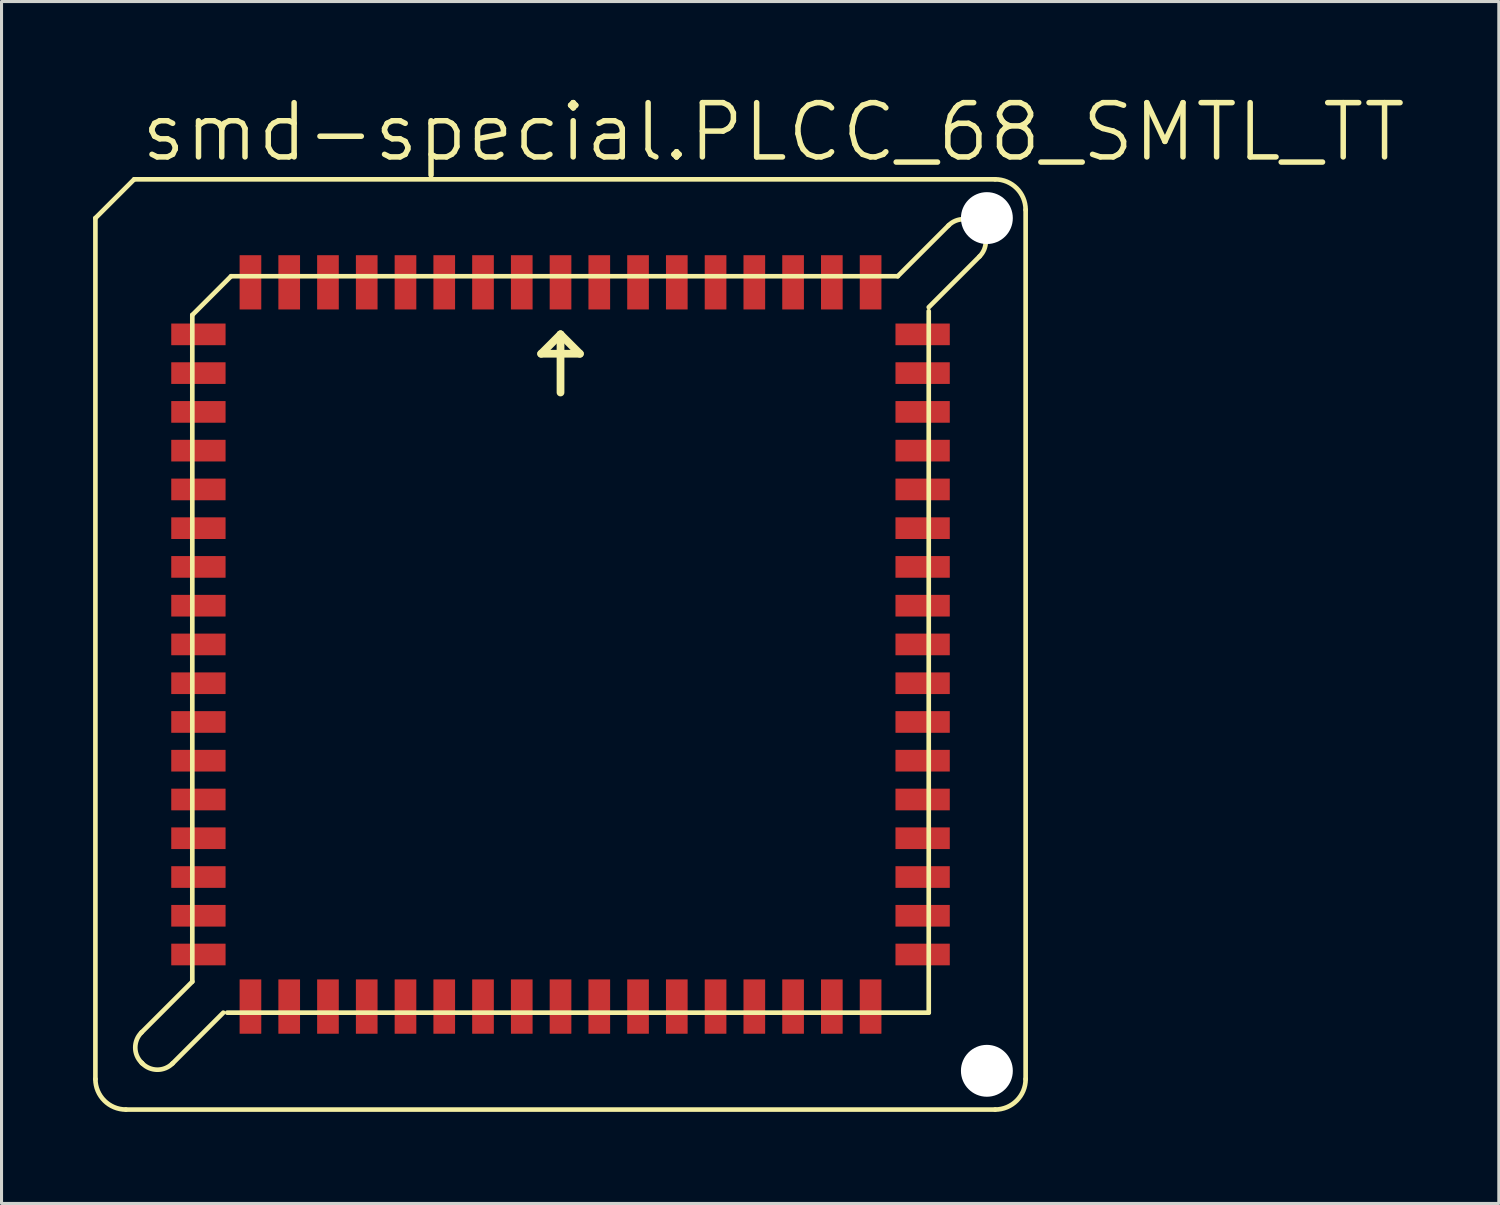
<source format=kicad_pcb>
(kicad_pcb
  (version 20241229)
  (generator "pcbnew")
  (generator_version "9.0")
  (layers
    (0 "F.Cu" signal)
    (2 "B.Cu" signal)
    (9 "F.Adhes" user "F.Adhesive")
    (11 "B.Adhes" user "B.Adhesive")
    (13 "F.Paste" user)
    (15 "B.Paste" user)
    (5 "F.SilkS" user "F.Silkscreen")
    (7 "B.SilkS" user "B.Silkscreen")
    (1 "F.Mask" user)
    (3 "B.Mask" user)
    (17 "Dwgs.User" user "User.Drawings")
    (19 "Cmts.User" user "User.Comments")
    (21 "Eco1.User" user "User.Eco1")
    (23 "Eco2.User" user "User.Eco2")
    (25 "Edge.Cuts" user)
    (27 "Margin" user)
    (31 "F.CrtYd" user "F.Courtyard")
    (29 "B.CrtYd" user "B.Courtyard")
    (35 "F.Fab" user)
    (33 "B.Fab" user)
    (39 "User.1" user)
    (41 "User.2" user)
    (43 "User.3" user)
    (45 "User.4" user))
  (footprint "smd-special.PLCC_68_SMTL_TT"
    (layer "F.Cu")
    (at 15.316 18.066)
    (property "Reference" "smd-special.PLCC_68_SMTL_TT" (at -13.843 -15.748 0) (layer "F.SilkS") (effects (font (size 1.778 1.778) (thickness 0.18)) (justify left bottom)))
    (attr smd)
    (fp_line (start -15.24 14.24) (end -15.24 -13.97) (stroke (width 0.152) (type default)) (layer "F.SilkS"))
    (fp_line (start -14.24 15.24) (end 14.24 15.24) (stroke (width 0.152) (type default)) (layer "F.SilkS"))
    (fp_line (start -13.97 -15.24) (end -15.24 -13.97) (stroke (width 0.152) (type default)) (layer "F.SilkS"))
    (fp_line (start -13.729 12.713) (end -12.065 11.049) (stroke (width 0.152) (type default)) (layer "F.SilkS"))
    (fp_line (start -13.703 13.729) (end -13.729 13.703) (stroke (width 0.152) (type default)) (layer "F.SilkS"))
    (fp_line (start -12.065 -10.795) (end -10.795 -12.065) (stroke (width 0.152) (type default)) (layer "F.SilkS"))
    (fp_line (start -12.065 11.049) (end -12.065 -10.795) (stroke (width 0.152) (type default)) (layer "F.SilkS"))
    (fp_line (start -11.049 12.065) (end -12.713 13.729) (stroke (width 0.152) (type default)) (layer "F.SilkS"))
    (fp_line (start -10.922 12.065) (end 12.065 12.065) (stroke (width 0.152) (type default)) (layer "F.SilkS"))
    (fp_line (start -0.635 -9.525) (end 0 -10.16) (stroke (width 0.254) (type default)) (layer "F.SilkS"))
    (fp_line (start 0 -10.16) (end 0 -8.255) (stroke (width 0.254) (type default)) (layer "F.SilkS"))
    (fp_line (start 0 -10.16) (end 0.635 -9.525) (stroke (width 0.254) (type default)) (layer "F.SilkS"))
    (fp_line (start 0.635 -9.525) (end -0.635 -9.525) (stroke (width 0.254) (type default)) (layer "F.SilkS"))
    (fp_line (start 11.049 -12.065) (end -10.795 -12.065) (stroke (width 0.152) (type default)) (layer "F.SilkS"))
    (fp_line (start 12.065 -11.049) (end 13.729 -12.713) (stroke (width 0.152) (type default)) (layer "F.SilkS"))
    (fp_line (start 12.065 12.065) (end 12.065 -10.922) (stroke (width 0.152) (type default)) (layer "F.SilkS"))
    (fp_line (start 12.713 -13.729) (end 11.049 -12.065) (stroke (width 0.152) (type default)) (layer "F.SilkS"))
    (fp_line (start 13.729 -13.703) (end 13.703 -13.729) (stroke (width 0.152) (type default)) (layer "F.SilkS"))
    (fp_line (start 14.24 -15.24) (end -13.97 -15.24) (stroke (width 0.152) (type default)) (layer "F.SilkS"))
    (fp_line (start 15.24 14.24) (end 15.24 -14.24) (stroke (width 0.152) (type default)) (layer "F.SilkS"))
    (fp_arc (start -14.24 15.24) (mid -14.947107 14.947107) (end -15.24 14.24) (stroke (width 0.1524) (type default)) (layer "F.SilkS"))
    (fp_arc (start -13.729 13.703) (mid -13.934036 13.208) (end -13.729 12.713) (stroke (width 0.1524) (type default)) (layer "F.SilkS"))
    (fp_arc (start -12.713 13.729) (mid -13.208 13.934036) (end -13.703 13.729) (stroke (width 0.1524) (type default)) (layer "F.SilkS"))
    (fp_arc (start 12.713 -13.729) (mid 13.208 -13.934036) (end 13.703 -13.729) (stroke (width 0.1524) (type default)) (layer "F.SilkS"))
    (fp_arc (start 13.729 -13.703) (mid 13.934036 -13.208) (end 13.729 -12.713) (stroke (width 0.1524) (type default)) (layer "F.SilkS"))
    (fp_arc (start 14.24 -15.24) (mid 14.947107 -14.947107) (end 15.24 -14.24) (stroke (width 0.1524) (type default)) (layer "F.SilkS"))
    (fp_arc (start 15.24 14.24) (mid 14.947107 14.947107) (end 14.24 15.24) (stroke (width 0.1524) (type default)) (layer "F.SilkS"))
    (pad "" np_thru_hole circle (at 13.97 -13.97) (size 1.7 1.7) (drill 1.7) (layers "*.Cu" "*.Mask"))
    (pad "" np_thru_hole circle (at 13.97 13.97) (size 1.7 1.7) (drill 1.7) (layers "*.Cu" "*.Mask"))
    (pad "1" smd roundrect (at 0 -11.865) (size 0.71 1.78) (layers "F.Cu" "F.Mask" "F.Paste") (roundrect_rratio 0.01))
    (pad "2" smd roundrect (at -1.27 -11.865) (size 0.71 1.78) (layers "F.Cu" "F.Mask" "F.Paste") (roundrect_rratio 0.01))
    (pad "3" smd roundrect (at -2.54 -11.865) (size 0.71 1.78) (layers "F.Cu" "F.Mask" "F.Paste") (roundrect_rratio 0.01))
    (pad "4" smd roundrect (at -3.81 -11.865) (size 0.71 1.78) (layers "F.Cu" "F.Mask" "F.Paste") (roundrect_rratio 0.01))
    (pad "5" smd roundrect (at -5.08 -11.865) (size 0.71 1.78) (layers "F.Cu" "F.Mask" "F.Paste") (roundrect_rratio 0.01))
    (pad "6" smd roundrect (at -6.35 -11.865) (size 0.71 1.78) (layers "F.Cu" "F.Mask" "F.Paste") (roundrect_rratio 0.01))
    (pad "7" smd roundrect (at -7.62 -11.865) (size 0.71 1.78) (layers "F.Cu" "F.Mask" "F.Paste") (roundrect_rratio 0.01))
    (pad "8" smd roundrect (at -8.89 -11.865) (size 0.71 1.78) (layers "F.Cu" "F.Mask" "F.Paste") (roundrect_rratio 0.01))
    (pad "9" smd roundrect (at -10.16 -11.865) (size 0.71 1.78) (layers "F.Cu" "F.Mask" "F.Paste") (roundrect_rratio 0.01))
    (pad "10" smd roundrect (at -11.865 -10.16) (size 1.78 0.71) (layers "F.Cu" "F.Mask" "F.Paste") (roundrect_rratio 0.01))
    (pad "11" smd roundrect (at -11.865 -8.89) (size 1.78 0.71) (layers "F.Cu" "F.Mask" "F.Paste") (roundrect_rratio 0.01))
    (pad "12" smd roundrect (at -11.865 -7.62) (size 1.78 0.71) (layers "F.Cu" "F.Mask" "F.Paste") (roundrect_rratio 0.01))
    (pad "13" smd roundrect (at -11.865 -6.35) (size 1.78 0.71) (layers "F.Cu" "F.Mask" "F.Paste") (roundrect_rratio 0.01))
    (pad "14" smd roundrect (at -11.865 -5.08) (size 1.78 0.71) (layers "F.Cu" "F.Mask" "F.Paste") (roundrect_rratio 0.01))
    (pad "15" smd roundrect (at -11.865 -3.81) (size 1.78 0.71) (layers "F.Cu" "F.Mask" "F.Paste") (roundrect_rratio 0.01))
    (pad "16" smd roundrect (at -11.865 -2.54) (size 1.78 0.71) (layers "F.Cu" "F.Mask" "F.Paste") (roundrect_rratio 0.01))
    (pad "17" smd roundrect (at -11.865 -1.27) (size 1.78 0.71) (layers "F.Cu" "F.Mask" "F.Paste") (roundrect_rratio 0.01))
    (pad "18" smd roundrect (at -11.865 0) (size 1.78 0.71) (layers "F.Cu" "F.Mask" "F.Paste") (roundrect_rratio 0.01))
    (pad "19" smd roundrect (at -11.865 1.27) (size 1.78 0.71) (layers "F.Cu" "F.Mask" "F.Paste") (roundrect_rratio 0.01))
    (pad "20" smd roundrect (at -11.865 2.54) (size 1.78 0.71) (layers "F.Cu" "F.Mask" "F.Paste") (roundrect_rratio 0.01))
    (pad "21" smd roundrect (at -11.865 3.81) (size 1.78 0.71) (layers "F.Cu" "F.Mask" "F.Paste") (roundrect_rratio 0.01))
    (pad "22" smd roundrect (at -11.865 5.08) (size 1.78 0.71) (layers "F.Cu" "F.Mask" "F.Paste") (roundrect_rratio 0.01))
    (pad "23" smd roundrect (at -11.865 6.35) (size 1.78 0.71) (layers "F.Cu" "F.Mask" "F.Paste") (roundrect_rratio 0.01))
    (pad "24" smd roundrect (at -11.865 7.62) (size 1.78 0.71) (layers "F.Cu" "F.Mask" "F.Paste") (roundrect_rratio 0.01))
    (pad "25" smd roundrect (at -11.865 8.89) (size 1.78 0.71) (layers "F.Cu" "F.Mask" "F.Paste") (roundrect_rratio 0.01))
    (pad "26" smd roundrect (at -11.865 10.16) (size 1.78 0.71) (layers "F.Cu" "F.Mask" "F.Paste") (roundrect_rratio 0.01))
    (pad "27" smd roundrect (at -10.16 11.865) (size 0.71 1.78) (layers "F.Cu" "F.Mask" "F.Paste") (roundrect_rratio 0.01))
    (pad "28" smd roundrect (at -8.89 11.865) (size 0.71 1.78) (layers "F.Cu" "F.Mask" "F.Paste") (roundrect_rratio 0.01))
    (pad "29" smd roundrect (at -7.62 11.865) (size 0.71 1.78) (layers "F.Cu" "F.Mask" "F.Paste") (roundrect_rratio 0.01))
    (pad "30" smd roundrect (at -6.35 11.865) (size 0.71 1.78) (layers "F.Cu" "F.Mask" "F.Paste") (roundrect_rratio 0.01))
    (pad "31" smd roundrect (at -5.08 11.865) (size 0.71 1.78) (layers "F.Cu" "F.Mask" "F.Paste") (roundrect_rratio 0.01))
    (pad "32" smd roundrect (at -3.81 11.865) (size 0.71 1.78) (layers "F.Cu" "F.Mask" "F.Paste") (roundrect_rratio 0.01))
    (pad "33" smd roundrect (at -2.54 11.865) (size 0.71 1.78) (layers "F.Cu" "F.Mask" "F.Paste") (roundrect_rratio 0.01))
    (pad "34" smd roundrect (at -1.27 11.865) (size 0.71 1.78) (layers "F.Cu" "F.Mask" "F.Paste") (roundrect_rratio 0.01))
    (pad "35" smd roundrect (at 0 11.865) (size 0.71 1.78) (layers "F.Cu" "F.Mask" "F.Paste") (roundrect_rratio 0.01))
    (pad "36" smd roundrect (at 1.27 11.865) (size 0.71 1.78) (layers "F.Cu" "F.Mask" "F.Paste") (roundrect_rratio 0.01))
    (pad "37" smd roundrect (at 2.54 11.865) (size 0.71 1.78) (layers "F.Cu" "F.Mask" "F.Paste") (roundrect_rratio 0.01))
    (pad "38" smd roundrect (at 3.81 11.865) (size 0.71 1.78) (layers "F.Cu" "F.Mask" "F.Paste") (roundrect_rratio 0.01))
    (pad "39" smd roundrect (at 5.08 11.865) (size 0.71 1.78) (layers "F.Cu" "F.Mask" "F.Paste") (roundrect_rratio 0.01))
    (pad "40" smd roundrect (at 6.35 11.865) (size 0.71 1.78) (layers "F.Cu" "F.Mask" "F.Paste") (roundrect_rratio 0.01))
    (pad "41" smd roundrect (at 7.62 11.865) (size 0.71 1.78) (layers "F.Cu" "F.Mask" "F.Paste") (roundrect_rratio 0.01))
    (pad "42" smd roundrect (at 8.89 11.865) (size 0.71 1.78) (layers "F.Cu" "F.Mask" "F.Paste") (roundrect_rratio 0.01))
    (pad "43" smd roundrect (at 10.16 11.865) (size 0.71 1.78) (layers "F.Cu" "F.Mask" "F.Paste") (roundrect_rratio 0.01))
    (pad "44" smd roundrect (at 11.865 10.16) (size 1.78 0.71) (layers "F.Cu" "F.Mask" "F.Paste") (roundrect_rratio 0.01))
    (pad "45" smd roundrect (at 11.865 8.89) (size 1.78 0.71) (layers "F.Cu" "F.Mask" "F.Paste") (roundrect_rratio 0.01))
    (pad "46" smd roundrect (at 11.865 7.62) (size 1.78 0.71) (layers "F.Cu" "F.Mask" "F.Paste") (roundrect_rratio 0.01))
    (pad "47" smd roundrect (at 11.865 6.35) (size 1.78 0.71) (layers "F.Cu" "F.Mask" "F.Paste") (roundrect_rratio 0.01))
    (pad "48" smd roundrect (at 11.865 5.08) (size 1.78 0.71) (layers "F.Cu" "F.Mask" "F.Paste") (roundrect_rratio 0.01))
    (pad "49" smd roundrect (at 11.865 3.81) (size 1.78 0.71) (layers "F.Cu" "F.Mask" "F.Paste") (roundrect_rratio 0.01))
    (pad "50" smd roundrect (at 11.865 2.54) (size 1.78 0.71) (layers "F.Cu" "F.Mask" "F.Paste") (roundrect_rratio 0.01))
    (pad "51" smd roundrect (at 11.865 1.27) (size 1.78 0.71) (layers "F.Cu" "F.Mask" "F.Paste") (roundrect_rratio 0.01))
    (pad "52" smd roundrect (at 11.865 0) (size 1.78 0.71) (layers "F.Cu" "F.Mask" "F.Paste") (roundrect_rratio 0.01))
    (pad "53" smd roundrect (at 11.865 -1.27) (size 1.78 0.71) (layers "F.Cu" "F.Mask" "F.Paste") (roundrect_rratio 0.01))
    (pad "54" smd roundrect (at 11.865 -2.54) (size 1.78 0.71) (layers "F.Cu" "F.Mask" "F.Paste") (roundrect_rratio 0.01))
    (pad "55" smd roundrect (at 11.865 -3.81) (size 1.78 0.71) (layers "F.Cu" "F.Mask" "F.Paste") (roundrect_rratio 0.01))
    (pad "56" smd roundrect (at 11.865 -5.08) (size 1.78 0.71) (layers "F.Cu" "F.Mask" "F.Paste") (roundrect_rratio 0.01))
    (pad "57" smd roundrect (at 11.865 -6.35) (size 1.78 0.71) (layers "F.Cu" "F.Mask" "F.Paste") (roundrect_rratio 0.01))
    (pad "58" smd roundrect (at 11.865 -7.62) (size 1.78 0.71) (layers "F.Cu" "F.Mask" "F.Paste") (roundrect_rratio 0.01))
    (pad "59" smd roundrect (at 11.865 -8.89) (size 1.78 0.71) (layers "F.Cu" "F.Mask" "F.Paste") (roundrect_rratio 0.01))
    (pad "60" smd roundrect (at 11.865 -10.16) (size 1.78 0.71) (layers "F.Cu" "F.Mask" "F.Paste") (roundrect_rratio 0.01))
    (pad "61" smd roundrect (at 10.16 -11.865) (size 0.71 1.78) (layers "F.Cu" "F.Mask" "F.Paste") (roundrect_rratio 0.01))
    (pad "62" smd roundrect (at 8.89 -11.865) (size 0.71 1.78) (layers "F.Cu" "F.Mask" "F.Paste") (roundrect_rratio 0.01))
    (pad "63" smd roundrect (at 7.62 -11.865) (size 0.71 1.78) (layers "F.Cu" "F.Mask" "F.Paste") (roundrect_rratio 0.01))
    (pad "64" smd roundrect (at 6.35 -11.865) (size 0.71 1.78) (layers "F.Cu" "F.Mask" "F.Paste") (roundrect_rratio 0.01))
    (pad "65" smd roundrect (at 5.08 -11.865) (size 0.71 1.78) (layers "F.Cu" "F.Mask" "F.Paste") (roundrect_rratio 0.01))
    (pad "66" smd roundrect (at 3.81 -11.865) (size 0.71 1.78) (layers "F.Cu" "F.Mask" "F.Paste") (roundrect_rratio 0.01))
    (pad "67" smd roundrect (at 2.54 -11.865) (size 0.71 1.78) (layers "F.Cu" "F.Mask" "F.Paste") (roundrect_rratio 0.01))
    (pad "68" smd roundrect (at 1.27 -11.865) (size 0.71 1.78) (layers "F.Cu" "F.Mask" "F.Paste") (roundrect_rratio 0.01)))
  (gr_rect
    (start -3 -3)
    (end 46.06 36.382)
    (stroke (width 0.1) (type default))
    (fill no)
    (layer "Edge.Cuts")))
</source>
